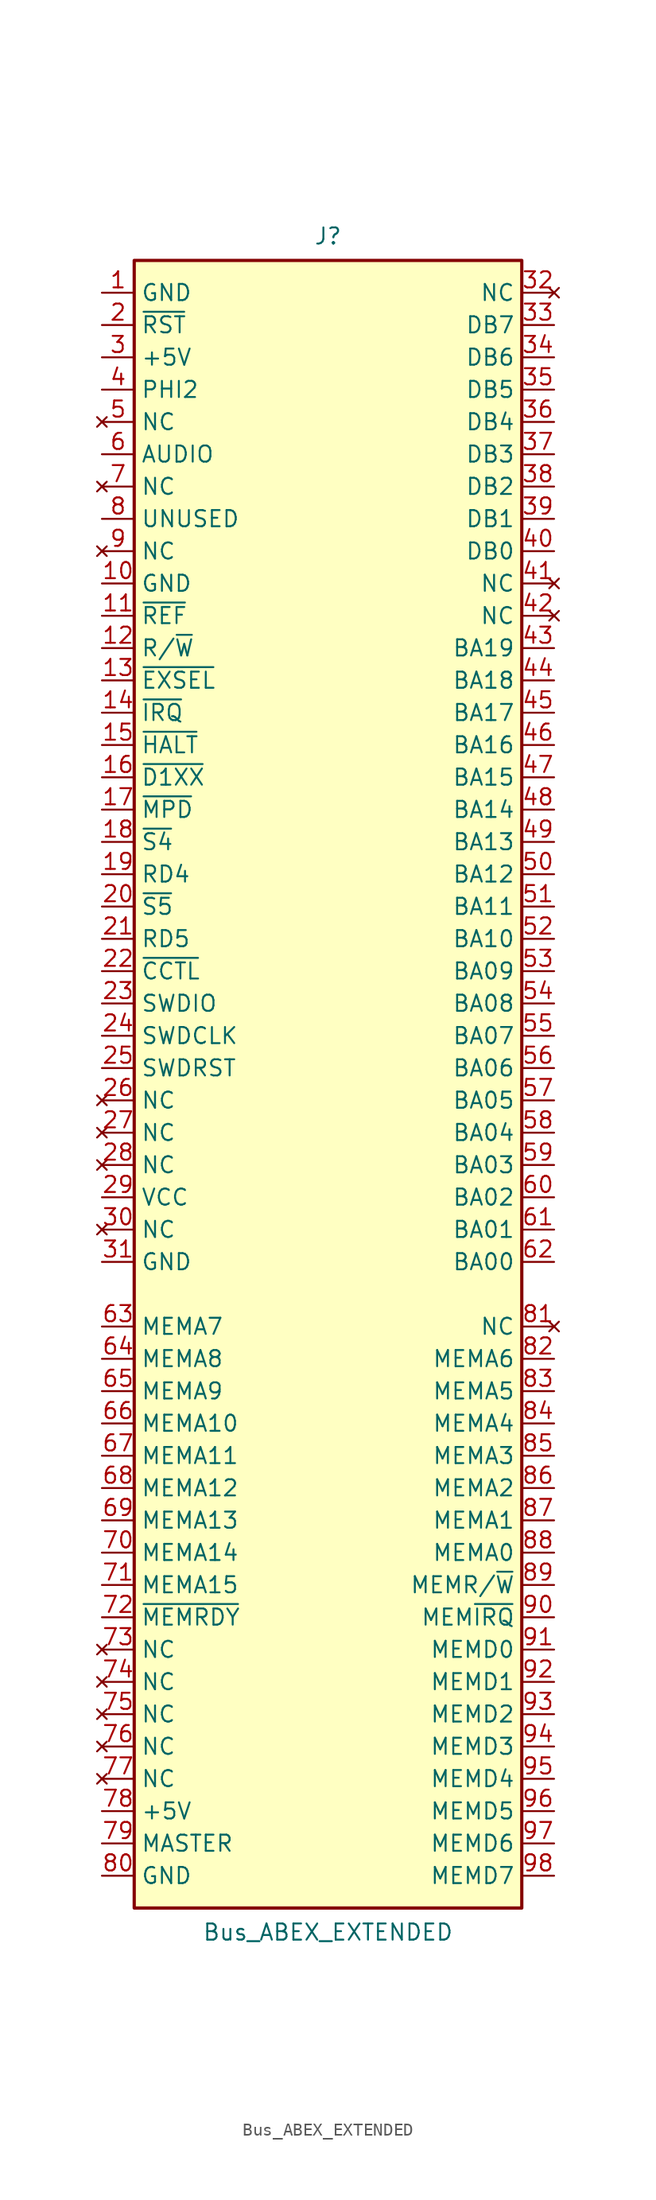
<source format=kicad_sym>
(kicad_symbol_lib
  (version 20241209)
  (generator "kicad_symbol_editor")
  (generator_version "9.0")
  (symbol "Bus_ABEX_EXTENDED"
    (property "Reference" "J"
      (at 0 67.945 0)
      (effects (font (size 1.27 1.27))))
    (property "Value" "Bus_ABEX_EXTENDED"
      (at 0 -65.405 0)
      (effects (font (size 1.27 1.27))))
    (symbol "Bus_ABEX_EXTENDED_0_1"
      (rectangle (start -15.24 -63.5) (end 15.24 66.04) (stroke (width 0.254) (type solid)) (fill (type background))))
    (symbol "Bus_ABEX_EXTENDED_1_1"
      (pin power_in line (at -17.78 63.5 0) (length 2.54) (name "GND" (effects (font (size 1.27 1.27)))) (number "1" (effects (font (size 1.27 1.27)))))
      (pin passive line (at -17.78 60.96 0) (length 2.54) (name "~{RST}" (effects (font (size 1.27 1.27)))) (number "2" (effects (font (size 1.27 1.27)))))
      (pin power_in line (at -17.78 58.42 0) (length 2.54) (name "+5V" (effects (font (size 1.27 1.27)))) (number "3" (effects (font (size 1.27 1.27)))))
      (pin passive line (at -17.78 55.88 0) (length 2.54) (name "PHI2" (effects (font (size 1.27 1.27)))) (number "4" (effects (font (size 1.27 1.27)))))
      (pin no_connect line (at -17.78 53.34 0) (length 2.54) (name "NC" (effects (font (size 1.27 1.27)))) (number "5" (effects (font (size 1.27 1.27)))))
      (pin passive line (at -17.78 50.8 0) (length 2.54) (name "AUDIO" (effects (font (size 1.27 1.27)))) (number "6" (effects (font (size 1.27 1.27)))))
      (pin no_connect line (at -17.78 48.26 0) (length 2.54) (name "NC" (effects (font (size 1.27 1.27)))) (number "7" (effects (font (size 1.27 1.27)))))
      (pin passive line (at -17.78 45.72 0) (length 2.54) (name "UNUSED" (effects (font (size 1.27 1.27)))) (number "8" (effects (font (size 1.27 1.27)))))
      (pin no_connect line (at -17.78 43.18 0) (length 2.54) (name "NC" (effects (font (size 1.27 1.27)))) (number "9" (effects (font (size 1.27 1.27)))))
      (pin power_in line (at -17.78 40.64 0) (length 2.54) (name "GND" (effects (font (size 1.27 1.27)))) (number "10" (effects (font (size 1.27 1.27)))))
      (pin passive line (at -17.78 38.1 0) (length 2.54) (name "~{REF}" (effects (font (size 1.27 1.27)))) (number "11" (effects (font (size 1.27 1.27)))))
      (pin passive line (at -17.78 35.56 0) (length 2.54) (name "R/~{W}" (effects (font (size 1.27 1.27)))) (number "12" (effects (font (size 1.27 1.27)))))
      (pin passive line (at -17.78 33.02 0) (length 2.54) (name "~{EXSEL}" (effects (font (size 1.27 1.27)))) (number "13" (effects (font (size 1.27 1.27)))))
      (pin passive line (at -17.78 30.48 0) (length 2.54) (name "~{IRQ}" (effects (font (size 1.27 1.27)))) (number "14" (effects (font (size 1.27 1.27)))))
      (pin passive line (at -17.78 27.94 0) (length 2.54) (name "~{HALT}" (effects (font (size 1.27 1.27)))) (number "15" (effects (font (size 1.27 1.27)))))
      (pin passive line (at -17.78 25.4 0) (length 2.54) (name "~{D1XX}" (effects (font (size 1.27 1.27)))) (number "16" (effects (font (size 1.27 1.27)))))
      (pin passive line (at -17.78 22.86 0) (length 2.54) (name "~{MPD}" (effects (font (size 1.27 1.27)))) (number "17" (effects (font (size 1.27 1.27)))))
      (pin passive line (at -17.78 20.32 0) (length 2.54) (name "~{S4}" (effects (font (size 1.27 1.27)))) (number "18" (effects (font (size 1.27 1.27)))))
      (pin passive line (at -17.78 17.78 0) (length 2.54) (name "RD4" (effects (font (size 1.27 1.27)))) (number "19" (effects (font (size 1.27 1.27)))))
      (pin passive line (at -17.78 15.24 0) (length 2.54) (name "~{S5}" (effects (font (size 1.27 1.27)))) (number "20" (effects (font (size 1.27 1.27)))))
      (pin passive line (at -17.78 12.7 0) (length 2.54) (name "RD5" (effects (font (size 1.27 1.27)))) (number "21" (effects (font (size 1.27 1.27)))))
      (pin passive line (at -17.78 10.16 0) (length 2.54) (name "~{CCTL}" (effects (font (size 1.27 1.27)))) (number "22" (effects (font (size 1.27 1.27)))))
      (pin passive line (at -17.78 7.62 0) (length 2.54) (name "SWDIO" (effects (font (size 1.27 1.27)))) (number "23" (effects (font (size 1.27 1.27)))))
      (pin passive line (at -17.78 5.08 0) (length 2.54) (name "SWDCLK" (effects (font (size 1.27 1.27)))) (number "24" (effects (font (size 1.27 1.27)))))
      (pin passive line (at -17.78 2.54 0) (length 2.54) (name "SWDRST" (effects (font (size 1.27 1.27)))) (number "25" (effects (font (size 1.27 1.27)))))
      (pin no_connect line (at -17.78 0 0) (length 2.54) (name "NC" (effects (font (size 1.27 1.27)))) (number "26" (effects (font (size 1.27 1.27)))))
      (pin no_connect line (at -17.78 -2.54 0) (length 2.54) (name "NC" (effects (font (size 1.27 1.27)))) (number "27" (effects (font (size 1.27 1.27)))))
      (pin no_connect line (at -17.78 -5.08 0) (length 2.54) (name "NC" (effects (font (size 1.27 1.27)))) (number "28" (effects (font (size 1.27 1.27)))))
      (pin power_in line (at -17.78 -7.62 0) (length 2.54) (name "VCC" (effects (font (size 1.27 1.27)))) (number "29" (effects (font (size 1.27 1.27)))))
      (pin no_connect line (at -17.78 -10.16 0) (length 2.54) (name "NC" (effects (font (size 1.27 1.27)))) (number "30" (effects (font (size 1.27 1.27)))))
      (pin power_in line (at -17.78 -12.7 0) (length 2.54) (name "GND" (effects (font (size 1.27 1.27)))) (number "31" (effects (font (size 1.27 1.27)))))
      (pin passive line (at -17.78 -17.78 0) (length 2.54) (name "MEMA7" (effects (font (size 1.27 1.27)))) (number "63" (effects (font (size 1.27 1.27)))))
      (pin passive line (at -17.78 -20.32 0) (length 2.54) (name "MEMA8" (effects (font (size 1.27 1.27)))) (number "64" (effects (font (size 1.27 1.27)))))
      (pin passive line (at -17.78 -22.86 0) (length 2.54) (name "MEMA9" (effects (font (size 1.27 1.27)))) (number "65" (effects (font (size 1.27 1.27)))))
      (pin passive line (at -17.78 -25.4 0) (length 2.54) (name "MEMA10" (effects (font (size 1.27 1.27)))) (number "66" (effects (font (size 1.27 1.27)))))
      (pin passive line (at -17.78 -27.94 0) (length 2.54) (name "MEMA11" (effects (font (size 1.27 1.27)))) (number "67" (effects (font (size 1.27 1.27)))))
      (pin passive line (at -17.78 -30.48 0) (length 2.54) (name "MEMA12" (effects (font (size 1.27 1.27)))) (number "68" (effects (font (size 1.27 1.27)))))
      (pin passive line (at -17.78 -33.02 0) (length 2.54) (name "MEMA13" (effects (font (size 1.27 1.27)))) (number "69" (effects (font (size 1.27 1.27)))))
      (pin passive line (at -17.78 -35.56 0) (length 2.54) (name "MEMA14" (effects (font (size 1.27 1.27)))) (number "70" (effects (font (size 1.27 1.27)))))
      (pin passive line (at -17.78 -38.1 0) (length 2.54) (name "MEMA15" (effects (font (size 1.27 1.27)))) (number "71" (effects (font (size 1.27 1.27)))))
      (pin passive line (at -17.78 -40.64 0) (length 2.54) (name "~{MEMRDY}" (effects (font (size 1.27 1.27)))) (number "72" (effects (font (size 1.27 1.27)))))
      (pin no_connect line (at -17.78 -43.18 0) (length 2.54) (name "NC" (effects (font (size 1.27 1.27)))) (number "73" (effects (font (size 1.27 1.27)))))
      (pin no_connect line (at -17.78 -45.72 0) (length 2.54) (name "NC" (effects (font (size 1.27 1.27)))) (number "74" (effects (font (size 1.27 1.27)))))
      (pin no_connect line (at -17.78 -48.26 0) (length 2.54) (name "NC" (effects (font (size 1.27 1.27)))) (number "75" (effects (font (size 1.27 1.27)))))
      (pin no_connect line (at -17.78 -50.8 0) (length 2.54) (name "NC" (effects (font (size 1.27 1.27)))) (number "76" (effects (font (size 1.27 1.27)))))
      (pin no_connect line (at -17.78 -53.34 0) (length 2.54) (name "NC" (effects (font (size 1.27 1.27)))) (number "77" (effects (font (size 1.27 1.27)))))
      (pin power_in line (at -17.78 -55.88 0) (length 2.54) (name "+5V" (effects (font (size 1.27 1.27)))) (number "78" (effects (font (size 1.27 1.27)))))
      (pin passive line (at -17.78 -58.42 0) (length 2.54) (name "MASTER" (effects (font (size 1.27 1.27)))) (number "79" (effects (font (size 1.27 1.27)))))
      (pin power_in line (at -17.78 -60.96 0) (length 2.54) (name "GND" (effects (font (size 1.27 1.27)))) (number "80" (effects (font (size 1.27 1.27)))))
      (pin no_connect line (at 17.78 63.5 180) (length 2.54) (name "NC" (effects (font (size 1.27 1.27)))) (number "32" (effects (font (size 1.27 1.27)))))
      (pin tri_state line (at 17.78 60.96 180) (length 2.54) (name "DB7" (effects (font (size 1.27 1.27)))) (number "33" (effects (font (size 1.27 1.27)))))
      (pin tri_state line (at 17.78 58.42 180) (length 2.54) (name "DB6" (effects (font (size 1.27 1.27)))) (number "34" (effects (font (size 1.27 1.27)))))
      (pin tri_state line (at 17.78 55.88 180) (length 2.54) (name "DB5" (effects (font (size 1.27 1.27)))) (number "35" (effects (font (size 1.27 1.27)))))
      (pin tri_state line (at 17.78 53.34 180) (length 2.54) (name "DB4" (effects (font (size 1.27 1.27)))) (number "36" (effects (font (size 1.27 1.27)))))
      (pin tri_state line (at 17.78 50.8 180) (length 2.54) (name "DB3" (effects (font (size 1.27 1.27)))) (number "37" (effects (font (size 1.27 1.27)))))
      (pin tri_state line (at 17.78 48.26 180) (length 2.54) (name "DB2" (effects (font (size 1.27 1.27)))) (number "38" (effects (font (size 1.27 1.27)))))
      (pin tri_state line (at 17.78 45.72 180) (length 2.54) (name "DB1" (effects (font (size 1.27 1.27)))) (number "39" (effects (font (size 1.27 1.27)))))
      (pin tri_state line (at 17.78 43.18 180) (length 2.54) (name "DB0" (effects (font (size 1.27 1.27)))) (number "40" (effects (font (size 1.27 1.27)))))
      (pin no_connect line (at 17.78 40.64 180) (length 2.54) (name "NC" (effects (font (size 1.27 1.27)))) (number "41" (effects (font (size 1.27 1.27)))))
      (pin no_connect line (at 17.78 38.1 180) (length 2.54) (name "NC" (effects (font (size 1.27 1.27)))) (number "42" (effects (font (size 1.27 1.27)))))
      (pin tri_state line (at 17.78 35.56 180) (length 2.54) (name "BA19" (effects (font (size 1.27 1.27)))) (number "43" (effects (font (size 1.27 1.27)))))
      (pin tri_state line (at 17.78 33.02 180) (length 2.54) (name "BA18" (effects (font (size 1.27 1.27)))) (number "44" (effects (font (size 1.27 1.27)))))
      (pin tri_state line (at 17.78 30.48 180) (length 2.54) (name "BA17" (effects (font (size 1.27 1.27)))) (number "45" (effects (font (size 1.27 1.27)))))
      (pin tri_state line (at 17.78 27.94 180) (length 2.54) (name "BA16" (effects (font (size 1.27 1.27)))) (number "46" (effects (font (size 1.27 1.27)))))
      (pin tri_state line (at 17.78 25.4 180) (length 2.54) (name "BA15" (effects (font (size 1.27 1.27)))) (number "47" (effects (font (size 1.27 1.27)))))
      (pin tri_state line (at 17.78 22.86 180) (length 2.54) (name "BA14" (effects (font (size 1.27 1.27)))) (number "48" (effects (font (size 1.27 1.27)))))
      (pin tri_state line (at 17.78 20.32 180) (length 2.54) (name "BA13" (effects (font (size 1.27 1.27)))) (number "49" (effects (font (size 1.27 1.27)))))
      (pin tri_state line (at 17.78 17.78 180) (length 2.54) (name "BA12" (effects (font (size 1.27 1.27)))) (number "50" (effects (font (size 1.27 1.27)))))
      (pin tri_state line (at 17.78 15.24 180) (length 2.54) (name "BA11" (effects (font (size 1.27 1.27)))) (number "51" (effects (font (size 1.27 1.27)))))
      (pin tri_state line (at 17.78 12.7 180) (length 2.54) (name "BA10" (effects (font (size 1.27 1.27)))) (number "52" (effects (font (size 1.27 1.27)))))
      (pin tri_state line (at 17.78 10.16 180) (length 2.54) (name "BA09" (effects (font (size 1.27 1.27)))) (number "53" (effects (font (size 1.27 1.27)))))
      (pin tri_state line (at 17.78 7.62 180) (length 2.54) (name "BA08" (effects (font (size 1.27 1.27)))) (number "54" (effects (font (size 1.27 1.27)))))
      (pin tri_state line (at 17.78 5.08 180) (length 2.54) (name "BA07" (effects (font (size 1.27 1.27)))) (number "55" (effects (font (size 1.27 1.27)))))
      (pin tri_state line (at 17.78 2.54 180) (length 2.54) (name "BA06" (effects (font (size 1.27 1.27)))) (number "56" (effects (font (size 1.27 1.27)))))
      (pin tri_state line (at 17.78 0 180) (length 2.54) (name "BA05" (effects (font (size 1.27 1.27)))) (number "57" (effects (font (size 1.27 1.27)))))
      (pin tri_state line (at 17.78 -2.54 180) (length 2.54) (name "BA04" (effects (font (size 1.27 1.27)))) (number "58" (effects (font (size 1.27 1.27)))))
      (pin tri_state line (at 17.78 -5.08 180) (length 2.54) (name "BA03" (effects (font (size 1.27 1.27)))) (number "59" (effects (font (size 1.27 1.27)))))
      (pin tri_state line (at 17.78 -7.62 180) (length 2.54) (name "BA02" (effects (font (size 1.27 1.27)))) (number "60" (effects (font (size 1.27 1.27)))))
      (pin tri_state line (at 17.78 -10.16 180) (length 2.54) (name "BA01" (effects (font (size 1.27 1.27)))) (number "61" (effects (font (size 1.27 1.27)))))
      (pin tri_state line (at 17.78 -12.7 180) (length 2.54) (name "BA00" (effects (font (size 1.27 1.27)))) (number "62" (effects (font (size 1.27 1.27)))))
      (pin no_connect line (at 17.78 -17.78 180) (length 2.54) (name "NC" (effects (font (size 1.27 1.27)))) (number "81" (effects (font (size 1.27 1.27)))))
      (pin passive line (at 17.78 -20.32 180) (length 2.54) (name "MEMA6" (effects (font (size 1.27 1.27)))) (number "82" (effects (font (size 1.27 1.27)))))
      (pin passive line (at 17.78 -22.86 180) (length 2.54) (name "MEMA5" (effects (font (size 1.27 1.27)))) (number "83" (effects (font (size 1.27 1.27)))))
      (pin passive line (at 17.78 -25.4 180) (length 2.54) (name "MEMA4" (effects (font (size 1.27 1.27)))) (number "84" (effects (font (size 1.27 1.27)))))
      (pin passive line (at 17.78 -27.94 180) (length 2.54) (name "MEMA3" (effects (font (size 1.27 1.27)))) (number "85" (effects (font (size 1.27 1.27)))))
      (pin passive line (at 17.78 -30.48 180) (length 2.54) (name "MEMA2" (effects (font (size 1.27 1.27)))) (number "86" (effects (font (size 1.27 1.27)))))
      (pin passive line (at 17.78 -33.02 180) (length 2.54) (name "MEMA1" (effects (font (size 1.27 1.27)))) (number "87" (effects (font (size 1.27 1.27)))))
      (pin passive line (at 17.78 -35.56 180) (length 2.54) (name "MEMA0" (effects (font (size 1.27 1.27)))) (number "88" (effects (font (size 1.27 1.27)))))
      (pin passive line (at 17.78 -38.1 180) (length 2.54) (name "MEMR/~{W}" (effects (font (size 1.27 1.27)))) (number "89" (effects (font (size 1.27 1.27)))))
      (pin passive line (at 17.78 -40.64 180) (length 2.54) (name "MEM~{IRQ}" (effects (font (size 1.27 1.27)))) (number "90" (effects (font (size 1.27 1.27)))))
      (pin tri_state line (at 17.78 -43.18 180) (length 2.54) (name "MEMD0" (effects (font (size 1.27 1.27)))) (number "91" (effects (font (size 1.27 1.27)))))
      (pin tri_state line (at 17.78 -45.72 180) (length 2.54) (name "MEMD1" (effects (font (size 1.27 1.27)))) (number "92" (effects (font (size 1.27 1.27)))))
      (pin tri_state line (at 17.78 -48.26 180) (length 2.54) (name "MEMD2" (effects (font (size 1.27 1.27)))) (number "93" (effects (font (size 1.27 1.27)))))
      (pin tri_state line (at 17.78 -50.8 180) (length 2.54) (name "MEMD3" (effects (font (size 1.27 1.27)))) (number "94" (effects (font (size 1.27 1.27)))))
      (pin tri_state line (at 17.78 -53.34 180) (length 2.54) (name "MEMD4" (effects (font (size 1.27 1.27)))) (number "95" (effects (font (size 1.27 1.27)))))
      (pin tri_state line (at 17.78 -55.88 180) (length 2.54) (name "MEMD5" (effects (font (size 1.27 1.27)))) (number "96" (effects (font (size 1.27 1.27)))))
      (pin tri_state line (at 17.78 -58.42 180) (length 2.54) (name "MEMD6" (effects (font (size 1.27 1.27)))) (number "97" (effects (font (size 1.27 1.27)))))
      (pin tri_state line (at 17.78 -60.96 180) (length 2.54) (name "MEMD7" (effects (font (size 1.27 1.27)))) (number "98" (effects (font (size 1.27 1.27))))))))
</source>
